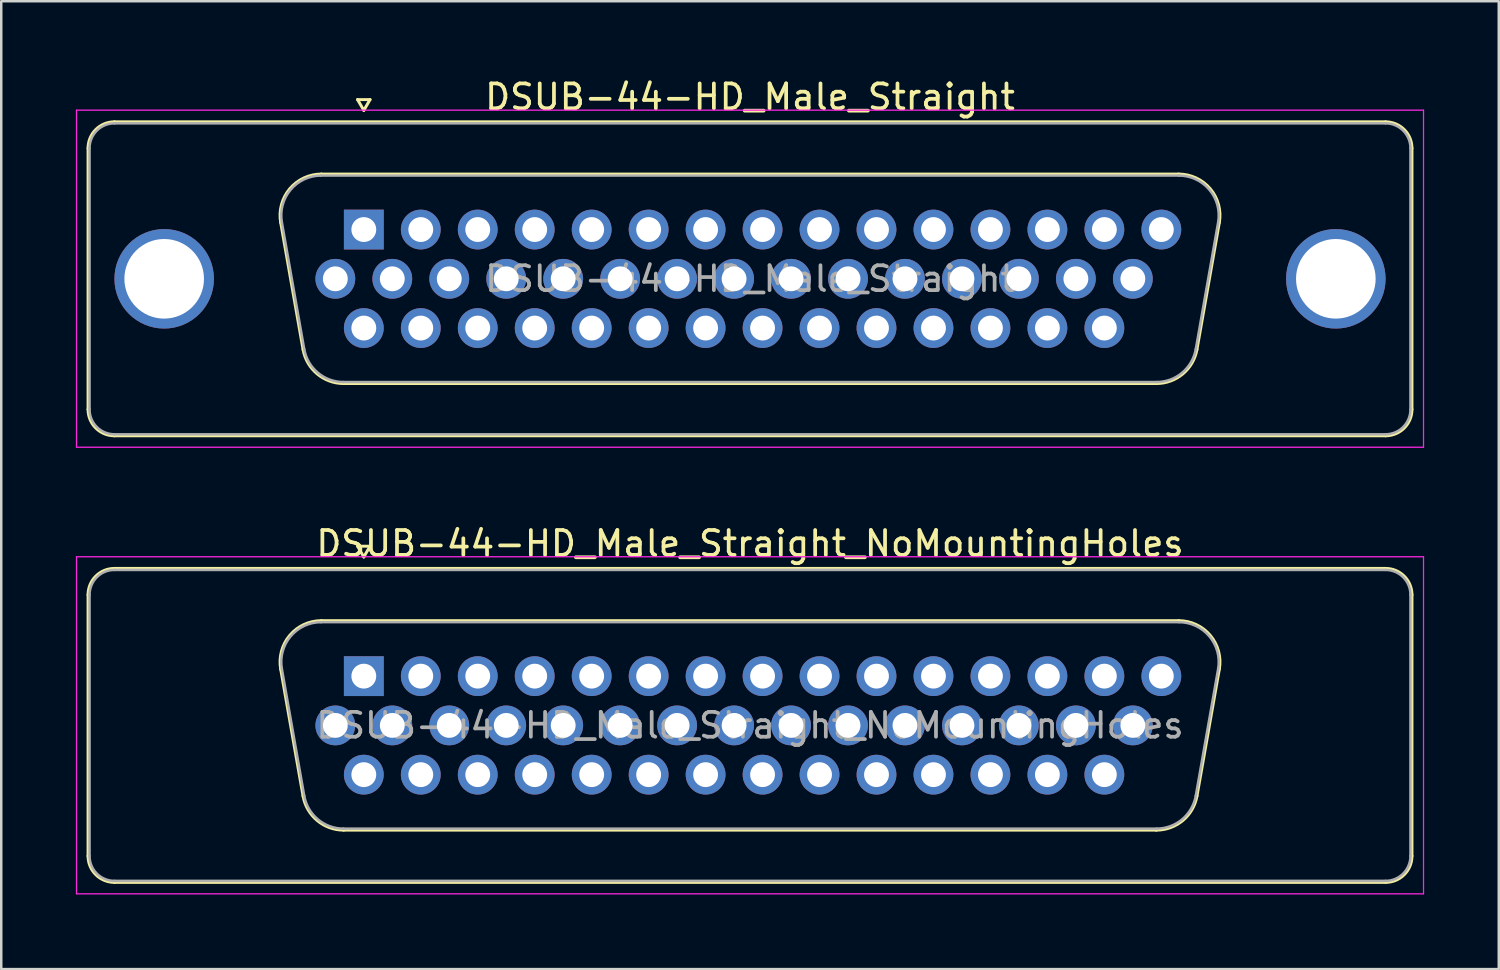
<source format=kicad_pcb>
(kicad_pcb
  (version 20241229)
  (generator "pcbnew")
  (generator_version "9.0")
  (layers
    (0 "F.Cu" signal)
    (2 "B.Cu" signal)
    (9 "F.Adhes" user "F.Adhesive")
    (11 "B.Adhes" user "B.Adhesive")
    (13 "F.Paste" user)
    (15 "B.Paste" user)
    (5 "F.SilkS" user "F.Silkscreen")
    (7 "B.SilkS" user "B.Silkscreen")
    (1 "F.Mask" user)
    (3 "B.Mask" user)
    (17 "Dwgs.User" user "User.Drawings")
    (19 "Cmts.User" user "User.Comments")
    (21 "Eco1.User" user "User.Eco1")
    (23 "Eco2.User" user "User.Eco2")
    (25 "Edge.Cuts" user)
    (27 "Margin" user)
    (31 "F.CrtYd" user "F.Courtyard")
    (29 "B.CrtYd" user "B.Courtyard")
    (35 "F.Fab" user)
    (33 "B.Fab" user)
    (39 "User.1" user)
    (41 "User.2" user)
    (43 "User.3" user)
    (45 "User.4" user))
  (footprint "DSUB-44-HD_Male_Straight_NoMountingHoles"
    (layer "F.Cu")
    (at 11.575 24.131)
    (property "Reference" "DSUB-44-HD_Male_Straight_NoMountingHoles" (at 15.525 -5.33 0) (layer "F.SilkS") (effects (font (size 1 1) (thickness 0.15))))
    (attr through_hole)
    (fp_line (start -11.085 7.23) (end -11.085 -3.27) (stroke (width 0.12) (type solid)) (layer "F.SilkS"))
    (fp_line (start -10.025 -4.33) (end 41.075 -4.33) (stroke (width 0.12) (type solid)) (layer "F.SilkS"))
    (fp_line (start -3.341 -0.282) (end -2.442 4.818) (stroke (width 0.12) (type solid)) (layer "F.SilkS"))
    (fp_line (start -1.707 -2.23) (end 32.757 -2.23) (stroke (width 0.12) (type solid)) (layer "F.SilkS"))
    (fp_line (start -0.807 6.19) (end 31.857 6.19) (stroke (width 0.12) (type solid)) (layer "F.SilkS"))
    (fp_line (start -0.25 -5.224) (end 0.25 -5.224) (stroke (width 0.12) (type solid)) (layer "F.SilkS"))
    (fp_line (start 0 -4.791) (end -0.25 -5.224) (stroke (width 0.12) (type solid)) (layer "F.SilkS"))
    (fp_line (start 0.25 -5.224) (end 0 -4.791) (stroke (width 0.12) (type solid)) (layer "F.SilkS"))
    (fp_line (start 34.391 -0.282) (end 33.492 4.818) (stroke (width 0.12) (type solid)) (layer "F.SilkS"))
    (fp_line (start 41.075 8.29) (end -10.025 8.29) (stroke (width 0.12) (type solid)) (layer "F.SilkS"))
    (fp_line (start 42.135 -3.27) (end 42.135 7.23) (stroke (width 0.12) (type solid)) (layer "F.SilkS"))
    (fp_arc (start -11.085 -3.27) (mid -10.774533 -4.019533) (end -10.025 -4.33) (stroke (width 0.12) (type solid)) (layer "F.SilkS"))
    (fp_arc (start -10.025 8.29) (mid -10.774533 7.979533) (end -11.085 7.23) (stroke (width 0.12) (type solid)) (layer "F.SilkS"))
    (fp_arc (start -3.34147 -0.281744) (mid -2.978323 -1.637028) (end -1.706689 -2.23) (stroke (width 0.12) (type solid)) (layer "F.SilkS"))
    (fp_arc (start -0.807421 6.19) (mid -1.874448 5.801634) (end -2.442202 4.818256) (stroke (width 0.12) (type solid)) (layer "F.SilkS"))
    (fp_arc (start 32.756689 -2.23) (mid 34.028323 -1.637027) (end 34.39147 -0.281744) (stroke (width 0.12) (type solid)) (layer "F.SilkS"))
    (fp_arc (start 33.492202 4.818256) (mid 32.924449 5.801634) (end 31.857421 6.19) (stroke (width 0.12) (type solid)) (layer "F.SilkS"))
    (fp_arc (start 41.075 -4.33) (mid 41.824533 -4.019533) (end 42.135 -3.27) (stroke (width 0.12) (type solid)) (layer "F.SilkS"))
    (fp_arc (start 42.135 7.23) (mid 41.824533 7.979533) (end 41.075 8.29) (stroke (width 0.12) (type solid)) (layer "F.SilkS"))
    (fp_line (start -11.55 -4.8) (end -11.55 8.75) (stroke (width 0.05) (type solid)) (layer "F.CrtYd"))
    (fp_line (start -11.55 8.75) (end 42.6 8.75) (stroke (width 0.05) (type solid)) (layer "F.CrtYd"))
    (fp_line (start 42.6 -4.8) (end -11.55 -4.8) (stroke (width 0.05) (type solid)) (layer "F.CrtYd"))
    (fp_line (start 42.6 8.75) (end 42.6 -4.8) (stroke (width 0.05) (type solid)) (layer "F.CrtYd"))
    (fp_line (start -11.025 7.23) (end -11.025 -3.27) (stroke (width 0.1) (type solid)) (layer "F.Fab"))
    (fp_line (start -10.025 -4.27) (end 41.075 -4.27) (stroke (width 0.1) (type solid)) (layer "F.Fab"))
    (fp_line (start -3.294 -0.292) (end -2.395 4.808) (stroke (width 0.1) (type solid)) (layer "F.Fab"))
    (fp_line (start -1.718 -2.17) (end 32.768 -2.17) (stroke (width 0.1) (type solid)) (layer "F.Fab"))
    (fp_line (start -0.819 6.13) (end 31.869 6.13) (stroke (width 0.1) (type solid)) (layer "F.Fab"))
    (fp_line (start 34.344 -0.292) (end 33.445 4.808) (stroke (width 0.1) (type solid)) (layer "F.Fab"))
    (fp_line (start 41.075 8.23) (end -10.025 8.23) (stroke (width 0.1) (type solid)) (layer "F.Fab"))
    (fp_line (start 42.075 -3.27) (end 42.075 7.23) (stroke (width 0.1) (type solid)) (layer "F.Fab"))
    (fp_arc (start -11.025 -3.27) (mid -10.732107 -3.977107) (end -10.025 -4.27) (stroke (width 0.1) (type solid)) (layer "F.Fab"))
    (fp_arc (start -10.025 8.23) (mid -10.732107 7.937107) (end -11.025 7.23) (stroke (width 0.1) (type solid)) (layer "F.Fab"))
    (fp_arc (start -3.293886 -0.292163) (mid -2.943865 -1.59846) (end -1.718194 -2.17) (stroke (width 0.1) (type solid)) (layer "F.Fab"))
    (fp_arc (start -0.818927 6.13) (mid -1.847387 5.755671) (end -2.394619 4.807837) (stroke (width 0.1) (type solid)) (layer "F.Fab"))
    (fp_arc (start 32.768194 -2.17) (mid 33.993865 -1.59846) (end 34.343886 -0.292163) (stroke (width 0.1) (type solid)) (layer "F.Fab"))
    (fp_arc (start 33.444619 4.807837) (mid 32.897387 5.755671) (end 31.868927 6.13) (stroke (width 0.1) (type solid)) (layer "F.Fab"))
    (fp_arc (start 41.075 -4.27) (mid 41.782107 -3.977107) (end 42.075 -3.27) (stroke (width 0.1) (type solid)) (layer "F.Fab"))
    (fp_arc (start 42.075 7.23) (mid 41.782107 7.937107) (end 41.075 8.23) (stroke (width 0.1) (type solid)) (layer "F.Fab"))
    (fp_text user "${REFERENCE}" (at 15.525 1.98 0) (layer "F.Fab") (effects (font (size 1 1) (thickness 0.15))))
    (pad "1" thru_hole rect (at 0 0) (size 1.6 1.6) (drill 1) (layers "*.Cu" "*.Mask"))
    (pad "2" thru_hole circle (at 2.29 0) (size 1.6 1.6) (drill 1) (layers "*.Cu" "*.Mask"))
    (pad "3" thru_hole circle (at 4.58 0) (size 1.6 1.6) (drill 1) (layers "*.Cu" "*.Mask"))
    (pad "4" thru_hole circle (at 6.87 0) (size 1.6 1.6) (drill 1) (layers "*.Cu" "*.Mask"))
    (pad "5" thru_hole circle (at 9.16 0) (size 1.6 1.6) (drill 1) (layers "*.Cu" "*.Mask"))
    (pad "6" thru_hole circle (at 11.45 0) (size 1.6 1.6) (drill 1) (layers "*.Cu" "*.Mask"))
    (pad "7" thru_hole circle (at 13.74 0) (size 1.6 1.6) (drill 1) (layers "*.Cu" "*.Mask"))
    (pad "8" thru_hole circle (at 16.03 0) (size 1.6 1.6) (drill 1) (layers "*.Cu" "*.Mask"))
    (pad "9" thru_hole circle (at 18.32 0) (size 1.6 1.6) (drill 1) (layers "*.Cu" "*.Mask"))
    (pad "10" thru_hole circle (at 20.61 0) (size 1.6 1.6) (drill 1) (layers "*.Cu" "*.Mask"))
    (pad "11" thru_hole circle (at 22.9 0) (size 1.6 1.6) (drill 1) (layers "*.Cu" "*.Mask"))
    (pad "12" thru_hole circle (at 25.19 0) (size 1.6 1.6) (drill 1) (layers "*.Cu" "*.Mask"))
    (pad "13" thru_hole circle (at 27.48 0) (size 1.6 1.6) (drill 1) (layers "*.Cu" "*.Mask"))
    (pad "14" thru_hole circle (at 29.77 0) (size 1.6 1.6) (drill 1) (layers "*.Cu" "*.Mask"))
    (pad "15" thru_hole circle (at 32.06 0) (size 1.6 1.6) (drill 1) (layers "*.Cu" "*.Mask"))
    (pad "16" thru_hole circle (at -1.145 1.98) (size 1.6 1.6) (drill 1) (layers "*.Cu" "*.Mask"))
    (pad "17" thru_hole circle (at 1.145 1.98) (size 1.6 1.6) (drill 1) (layers "*.Cu" "*.Mask"))
    (pad "18" thru_hole circle (at 3.435 1.98) (size 1.6 1.6) (drill 1) (layers "*.Cu" "*.Mask"))
    (pad "19" thru_hole circle (at 5.725 1.98) (size 1.6 1.6) (drill 1) (layers "*.Cu" "*.Mask"))
    (pad "20" thru_hole circle (at 8.015 1.98) (size 1.6 1.6) (drill 1) (layers "*.Cu" "*.Mask"))
    (pad "21" thru_hole circle (at 10.305 1.98) (size 1.6 1.6) (drill 1) (layers "*.Cu" "*.Mask"))
    (pad "22" thru_hole circle (at 12.595 1.98) (size 1.6 1.6) (drill 1) (layers "*.Cu" "*.Mask"))
    (pad "23" thru_hole circle (at 14.885 1.98) (size 1.6 1.6) (drill 1) (layers "*.Cu" "*.Mask"))
    (pad "24" thru_hole circle (at 17.175 1.98) (size 1.6 1.6) (drill 1) (layers "*.Cu" "*.Mask"))
    (pad "25" thru_hole circle (at 19.465 1.98) (size 1.6 1.6) (drill 1) (layers "*.Cu" "*.Mask"))
    (pad "26" thru_hole circle (at 21.755 1.98) (size 1.6 1.6) (drill 1) (layers "*.Cu" "*.Mask"))
    (pad "27" thru_hole circle (at 24.045 1.98) (size 1.6 1.6) (drill 1) (layers "*.Cu" "*.Mask"))
    (pad "28" thru_hole circle (at 26.335 1.98) (size 1.6 1.6) (drill 1) (layers "*.Cu" "*.Mask"))
    (pad "29" thru_hole circle (at 28.625 1.98) (size 1.6 1.6) (drill 1) (layers "*.Cu" "*.Mask"))
    (pad "30" thru_hole circle (at 30.915 1.98) (size 1.6 1.6) (drill 1) (layers "*.Cu" "*.Mask"))
    (pad "31" thru_hole circle (at 0 3.96) (size 1.6 1.6) (drill 1) (layers "*.Cu" "*.Mask"))
    (pad "32" thru_hole circle (at 2.29 3.96) (size 1.6 1.6) (drill 1) (layers "*.Cu" "*.Mask"))
    (pad "33" thru_hole circle (at 4.58 3.96) (size 1.6 1.6) (drill 1) (layers "*.Cu" "*.Mask"))
    (pad "34" thru_hole circle (at 6.87 3.96) (size 1.6 1.6) (drill 1) (layers "*.Cu" "*.Mask"))
    (pad "35" thru_hole circle (at 9.16 3.96) (size 1.6 1.6) (drill 1) (layers "*.Cu" "*.Mask"))
    (pad "36" thru_hole circle (at 11.45 3.96) (size 1.6 1.6) (drill 1) (layers "*.Cu" "*.Mask"))
    (pad "37" thru_hole circle (at 13.74 3.96) (size 1.6 1.6) (drill 1) (layers "*.Cu" "*.Mask"))
    (pad "38" thru_hole circle (at 16.03 3.96) (size 1.6 1.6) (drill 1) (layers "*.Cu" "*.Mask"))
    (pad "39" thru_hole circle (at 18.32 3.96) (size 1.6 1.6) (drill 1) (layers "*.Cu" "*.Mask"))
    (pad "40" thru_hole circle (at 20.61 3.96) (size 1.6 1.6) (drill 1) (layers "*.Cu" "*.Mask"))
    (pad "41" thru_hole circle (at 22.9 3.96) (size 1.6 1.6) (drill 1) (layers "*.Cu" "*.Mask"))
    (pad "42" thru_hole circle (at 25.19 3.96) (size 1.6 1.6) (drill 1) (layers "*.Cu" "*.Mask"))
    (pad "43" thru_hole circle (at 27.48 3.96) (size 1.6 1.6) (drill 1) (layers "*.Cu" "*.Mask"))
    (pad "44" thru_hole circle (at 29.77 3.96) (size 1.6 1.6) (drill 1) (layers "*.Cu" "*.Mask")))
  (footprint "DSUB-44-HD_Male_Straight"
    (layer "F.Cu")
    (at 11.575 6.178)
    (property "Reference" "DSUB-44-HD_Male_Straight" (at 15.525 -5.33 0) (layer "F.SilkS") (effects (font (size 1 1) (thickness 0.15))))
    (attr through_hole)
    (fp_line (start -11.085 7.23) (end -11.085 -3.27) (stroke (width 0.12) (type solid)) (layer "F.SilkS"))
    (fp_line (start -10.025 -4.33) (end 41.075 -4.33) (stroke (width 0.12) (type solid)) (layer "F.SilkS"))
    (fp_line (start -3.341 -0.282) (end -2.442 4.818) (stroke (width 0.12) (type solid)) (layer "F.SilkS"))
    (fp_line (start -1.707 -2.23) (end 32.757 -2.23) (stroke (width 0.12) (type solid)) (layer "F.SilkS"))
    (fp_line (start -0.807 6.19) (end 31.857 6.19) (stroke (width 0.12) (type solid)) (layer "F.SilkS"))
    (fp_line (start -0.25 -5.224) (end 0.25 -5.224) (stroke (width 0.12) (type solid)) (layer "F.SilkS"))
    (fp_line (start 0 -4.791) (end -0.25 -5.224) (stroke (width 0.12) (type solid)) (layer "F.SilkS"))
    (fp_line (start 0.25 -5.224) (end 0 -4.791) (stroke (width 0.12) (type solid)) (layer "F.SilkS"))
    (fp_line (start 34.391 -0.282) (end 33.492 4.818) (stroke (width 0.12) (type solid)) (layer "F.SilkS"))
    (fp_line (start 41.075 8.29) (end -10.025 8.29) (stroke (width 0.12) (type solid)) (layer "F.SilkS"))
    (fp_line (start 42.135 -3.27) (end 42.135 7.23) (stroke (width 0.12) (type solid)) (layer "F.SilkS"))
    (fp_arc (start -11.085 -3.27) (mid -10.774533 -4.019533) (end -10.025 -4.33) (stroke (width 0.12) (type solid)) (layer "F.SilkS"))
    (fp_arc (start -10.025 8.29) (mid -10.774533 7.979533) (end -11.085 7.23) (stroke (width 0.12) (type solid)) (layer "F.SilkS"))
    (fp_arc (start -3.34147 -0.281744) (mid -2.978323 -1.637028) (end -1.706689 -2.23) (stroke (width 0.12) (type solid)) (layer "F.SilkS"))
    (fp_arc (start -0.807421 6.19) (mid -1.874448 5.801634) (end -2.442202 4.818256) (stroke (width 0.12) (type solid)) (layer "F.SilkS"))
    (fp_arc (start 32.756689 -2.23) (mid 34.028323 -1.637027) (end 34.39147 -0.281744) (stroke (width 0.12) (type solid)) (layer "F.SilkS"))
    (fp_arc (start 33.492202 4.818256) (mid 32.924449 5.801634) (end 31.857421 6.19) (stroke (width 0.12) (type solid)) (layer "F.SilkS"))
    (fp_arc (start 41.075 -4.33) (mid 41.824533 -4.019533) (end 42.135 -3.27) (stroke (width 0.12) (type solid)) (layer "F.SilkS"))
    (fp_arc (start 42.135 7.23) (mid 41.824533 7.979533) (end 41.075 8.29) (stroke (width 0.12) (type solid)) (layer "F.SilkS"))
    (fp_line (start -11.55 -4.8) (end -11.55 8.75) (stroke (width 0.05) (type solid)) (layer "F.CrtYd"))
    (fp_line (start -11.55 8.75) (end 42.6 8.75) (stroke (width 0.05) (type solid)) (layer "F.CrtYd"))
    (fp_line (start 42.6 -4.8) (end -11.55 -4.8) (stroke (width 0.05) (type solid)) (layer "F.CrtYd"))
    (fp_line (start 42.6 8.75) (end 42.6 -4.8) (stroke (width 0.05) (type solid)) (layer "F.CrtYd"))
    (fp_line (start -11.025 7.23) (end -11.025 -3.27) (stroke (width 0.1) (type solid)) (layer "F.Fab"))
    (fp_line (start -10.025 -4.27) (end 41.075 -4.27) (stroke (width 0.1) (type solid)) (layer "F.Fab"))
    (fp_line (start -3.294 -0.292) (end -2.395 4.808) (stroke (width 0.1) (type solid)) (layer "F.Fab"))
    (fp_line (start -1.718 -2.17) (end 32.768 -2.17) (stroke (width 0.1) (type solid)) (layer "F.Fab"))
    (fp_line (start -0.819 6.13) (end 31.869 6.13) (stroke (width 0.1) (type solid)) (layer "F.Fab"))
    (fp_line (start 34.344 -0.292) (end 33.445 4.808) (stroke (width 0.1) (type solid)) (layer "F.Fab"))
    (fp_line (start 41.075 8.23) (end -10.025 8.23) (stroke (width 0.1) (type solid)) (layer "F.Fab"))
    (fp_line (start 42.075 -3.27) (end 42.075 7.23) (stroke (width 0.1) (type solid)) (layer "F.Fab"))
    (fp_arc (start -11.025 -3.27) (mid -10.732107 -3.977107) (end -10.025 -4.27) (stroke (width 0.1) (type solid)) (layer "F.Fab"))
    (fp_arc (start -10.025 8.23) (mid -10.732107 7.937107) (end -11.025 7.23) (stroke (width 0.1) (type solid)) (layer "F.Fab"))
    (fp_arc (start -3.293886 -0.292163) (mid -2.943865 -1.59846) (end -1.718194 -2.17) (stroke (width 0.1) (type solid)) (layer "F.Fab"))
    (fp_arc (start -0.818927 6.13) (mid -1.847387 5.755671) (end -2.394619 4.807837) (stroke (width 0.1) (type solid)) (layer "F.Fab"))
    (fp_arc (start 32.768194 -2.17) (mid 33.993865 -1.59846) (end 34.343886 -0.292163) (stroke (width 0.1) (type solid)) (layer "F.Fab"))
    (fp_arc (start 33.444619 4.807837) (mid 32.897387 5.755671) (end 31.868927 6.13) (stroke (width 0.1) (type solid)) (layer "F.Fab"))
    (fp_arc (start 41.075 -4.27) (mid 41.782107 -3.977107) (end 42.075 -3.27) (stroke (width 0.1) (type solid)) (layer "F.Fab"))
    (fp_arc (start 42.075 7.23) (mid 41.782107 7.937107) (end 41.075 8.23) (stroke (width 0.1) (type solid)) (layer "F.Fab"))
    (fp_text user "${REFERENCE}" (at 15.525 1.98 0) (layer "F.Fab") (effects (font (size 1 1) (thickness 0.15))))
    (pad "0" thru_hole circle (at -8.025 1.98) (size 4 4) (drill 3.2) (layers "*.Cu" "*.Mask"))
    (pad "0" thru_hole circle (at 39.075 1.98) (size 4 4) (drill 3.2) (layers "*.Cu" "*.Mask"))
    (pad "1" thru_hole rect (at 0 0) (size 1.6 1.6) (drill 1) (layers "*.Cu" "*.Mask"))
    (pad "2" thru_hole circle (at 2.29 0) (size 1.6 1.6) (drill 1) (layers "*.Cu" "*.Mask"))
    (pad "3" thru_hole circle (at 4.58 0) (size 1.6 1.6) (drill 1) (layers "*.Cu" "*.Mask"))
    (pad "4" thru_hole circle (at 6.87 0) (size 1.6 1.6) (drill 1) (layers "*.Cu" "*.Mask"))
    (pad "5" thru_hole circle (at 9.16 0) (size 1.6 1.6) (drill 1) (layers "*.Cu" "*.Mask"))
    (pad "6" thru_hole circle (at 11.45 0) (size 1.6 1.6) (drill 1) (layers "*.Cu" "*.Mask"))
    (pad "7" thru_hole circle (at 13.74 0) (size 1.6 1.6) (drill 1) (layers "*.Cu" "*.Mask"))
    (pad "8" thru_hole circle (at 16.03 0) (size 1.6 1.6) (drill 1) (layers "*.Cu" "*.Mask"))
    (pad "9" thru_hole circle (at 18.32 0) (size 1.6 1.6) (drill 1) (layers "*.Cu" "*.Mask"))
    (pad "10" thru_hole circle (at 20.61 0) (size 1.6 1.6) (drill 1) (layers "*.Cu" "*.Mask"))
    (pad "11" thru_hole circle (at 22.9 0) (size 1.6 1.6) (drill 1) (layers "*.Cu" "*.Mask"))
    (pad "12" thru_hole circle (at 25.19 0) (size 1.6 1.6) (drill 1) (layers "*.Cu" "*.Mask"))
    (pad "13" thru_hole circle (at 27.48 0) (size 1.6 1.6) (drill 1) (layers "*.Cu" "*.Mask"))
    (pad "14" thru_hole circle (at 29.77 0) (size 1.6 1.6) (drill 1) (layers "*.Cu" "*.Mask"))
    (pad "15" thru_hole circle (at 32.06 0) (size 1.6 1.6) (drill 1) (layers "*.Cu" "*.Mask"))
    (pad "16" thru_hole circle (at -1.145 1.98) (size 1.6 1.6) (drill 1) (layers "*.Cu" "*.Mask"))
    (pad "17" thru_hole circle (at 1.145 1.98) (size 1.6 1.6) (drill 1) (layers "*.Cu" "*.Mask"))
    (pad "18" thru_hole circle (at 3.435 1.98) (size 1.6 1.6) (drill 1) (layers "*.Cu" "*.Mask"))
    (pad "19" thru_hole circle (at 5.725 1.98) (size 1.6 1.6) (drill 1) (layers "*.Cu" "*.Mask"))
    (pad "20" thru_hole circle (at 8.015 1.98) (size 1.6 1.6) (drill 1) (layers "*.Cu" "*.Mask"))
    (pad "21" thru_hole circle (at 10.305 1.98) (size 1.6 1.6) (drill 1) (layers "*.Cu" "*.Mask"))
    (pad "22" thru_hole circle (at 12.595 1.98) (size 1.6 1.6) (drill 1) (layers "*.Cu" "*.Mask"))
    (pad "23" thru_hole circle (at 14.885 1.98) (size 1.6 1.6) (drill 1) (layers "*.Cu" "*.Mask"))
    (pad "24" thru_hole circle (at 17.175 1.98) (size 1.6 1.6) (drill 1) (layers "*.Cu" "*.Mask"))
    (pad "25" thru_hole circle (at 19.465 1.98) (size 1.6 1.6) (drill 1) (layers "*.Cu" "*.Mask"))
    (pad "26" thru_hole circle (at 21.755 1.98) (size 1.6 1.6) (drill 1) (layers "*.Cu" "*.Mask"))
    (pad "27" thru_hole circle (at 24.045 1.98) (size 1.6 1.6) (drill 1) (layers "*.Cu" "*.Mask"))
    (pad "28" thru_hole circle (at 26.335 1.98) (size 1.6 1.6) (drill 1) (layers "*.Cu" "*.Mask"))
    (pad "29" thru_hole circle (at 28.625 1.98) (size 1.6 1.6) (drill 1) (layers "*.Cu" "*.Mask"))
    (pad "30" thru_hole circle (at 30.915 1.98) (size 1.6 1.6) (drill 1) (layers "*.Cu" "*.Mask"))
    (pad "31" thru_hole circle (at 0 3.96) (size 1.6 1.6) (drill 1) (layers "*.Cu" "*.Mask"))
    (pad "32" thru_hole circle (at 2.29 3.96) (size 1.6 1.6) (drill 1) (layers "*.Cu" "*.Mask"))
    (pad "33" thru_hole circle (at 4.58 3.96) (size 1.6 1.6) (drill 1) (layers "*.Cu" "*.Mask"))
    (pad "34" thru_hole circle (at 6.87 3.96) (size 1.6 1.6) (drill 1) (layers "*.Cu" "*.Mask"))
    (pad "35" thru_hole circle (at 9.16 3.96) (size 1.6 1.6) (drill 1) (layers "*.Cu" "*.Mask"))
    (pad "36" thru_hole circle (at 11.45 3.96) (size 1.6 1.6) (drill 1) (layers "*.Cu" "*.Mask"))
    (pad "37" thru_hole circle (at 13.74 3.96) (size 1.6 1.6) (drill 1) (layers "*.Cu" "*.Mask"))
    (pad "38" thru_hole circle (at 16.03 3.96) (size 1.6 1.6) (drill 1) (layers "*.Cu" "*.Mask"))
    (pad "39" thru_hole circle (at 18.32 3.96) (size 1.6 1.6) (drill 1) (layers "*.Cu" "*.Mask"))
    (pad "40" thru_hole circle (at 20.61 3.96) (size 1.6 1.6) (drill 1) (layers "*.Cu" "*.Mask"))
    (pad "41" thru_hole circle (at 22.9 3.96) (size 1.6 1.6) (drill 1) (layers "*.Cu" "*.Mask"))
    (pad "42" thru_hole circle (at 25.19 3.96) (size 1.6 1.6) (drill 1) (layers "*.Cu" "*.Mask"))
    (pad "43" thru_hole circle (at 27.48 3.96) (size 1.6 1.6) (drill 1) (layers "*.Cu" "*.Mask"))
    (pad "44" thru_hole circle (at 29.77 3.96) (size 1.6 1.6) (drill 1) (layers "*.Cu" "*.Mask")))
  (gr_rect
    (start -3 -3)
    (end 57.2 35.907)
    (stroke (width 0.1) (type default))
    (fill no)
    (layer "Edge.Cuts")))
</source>
